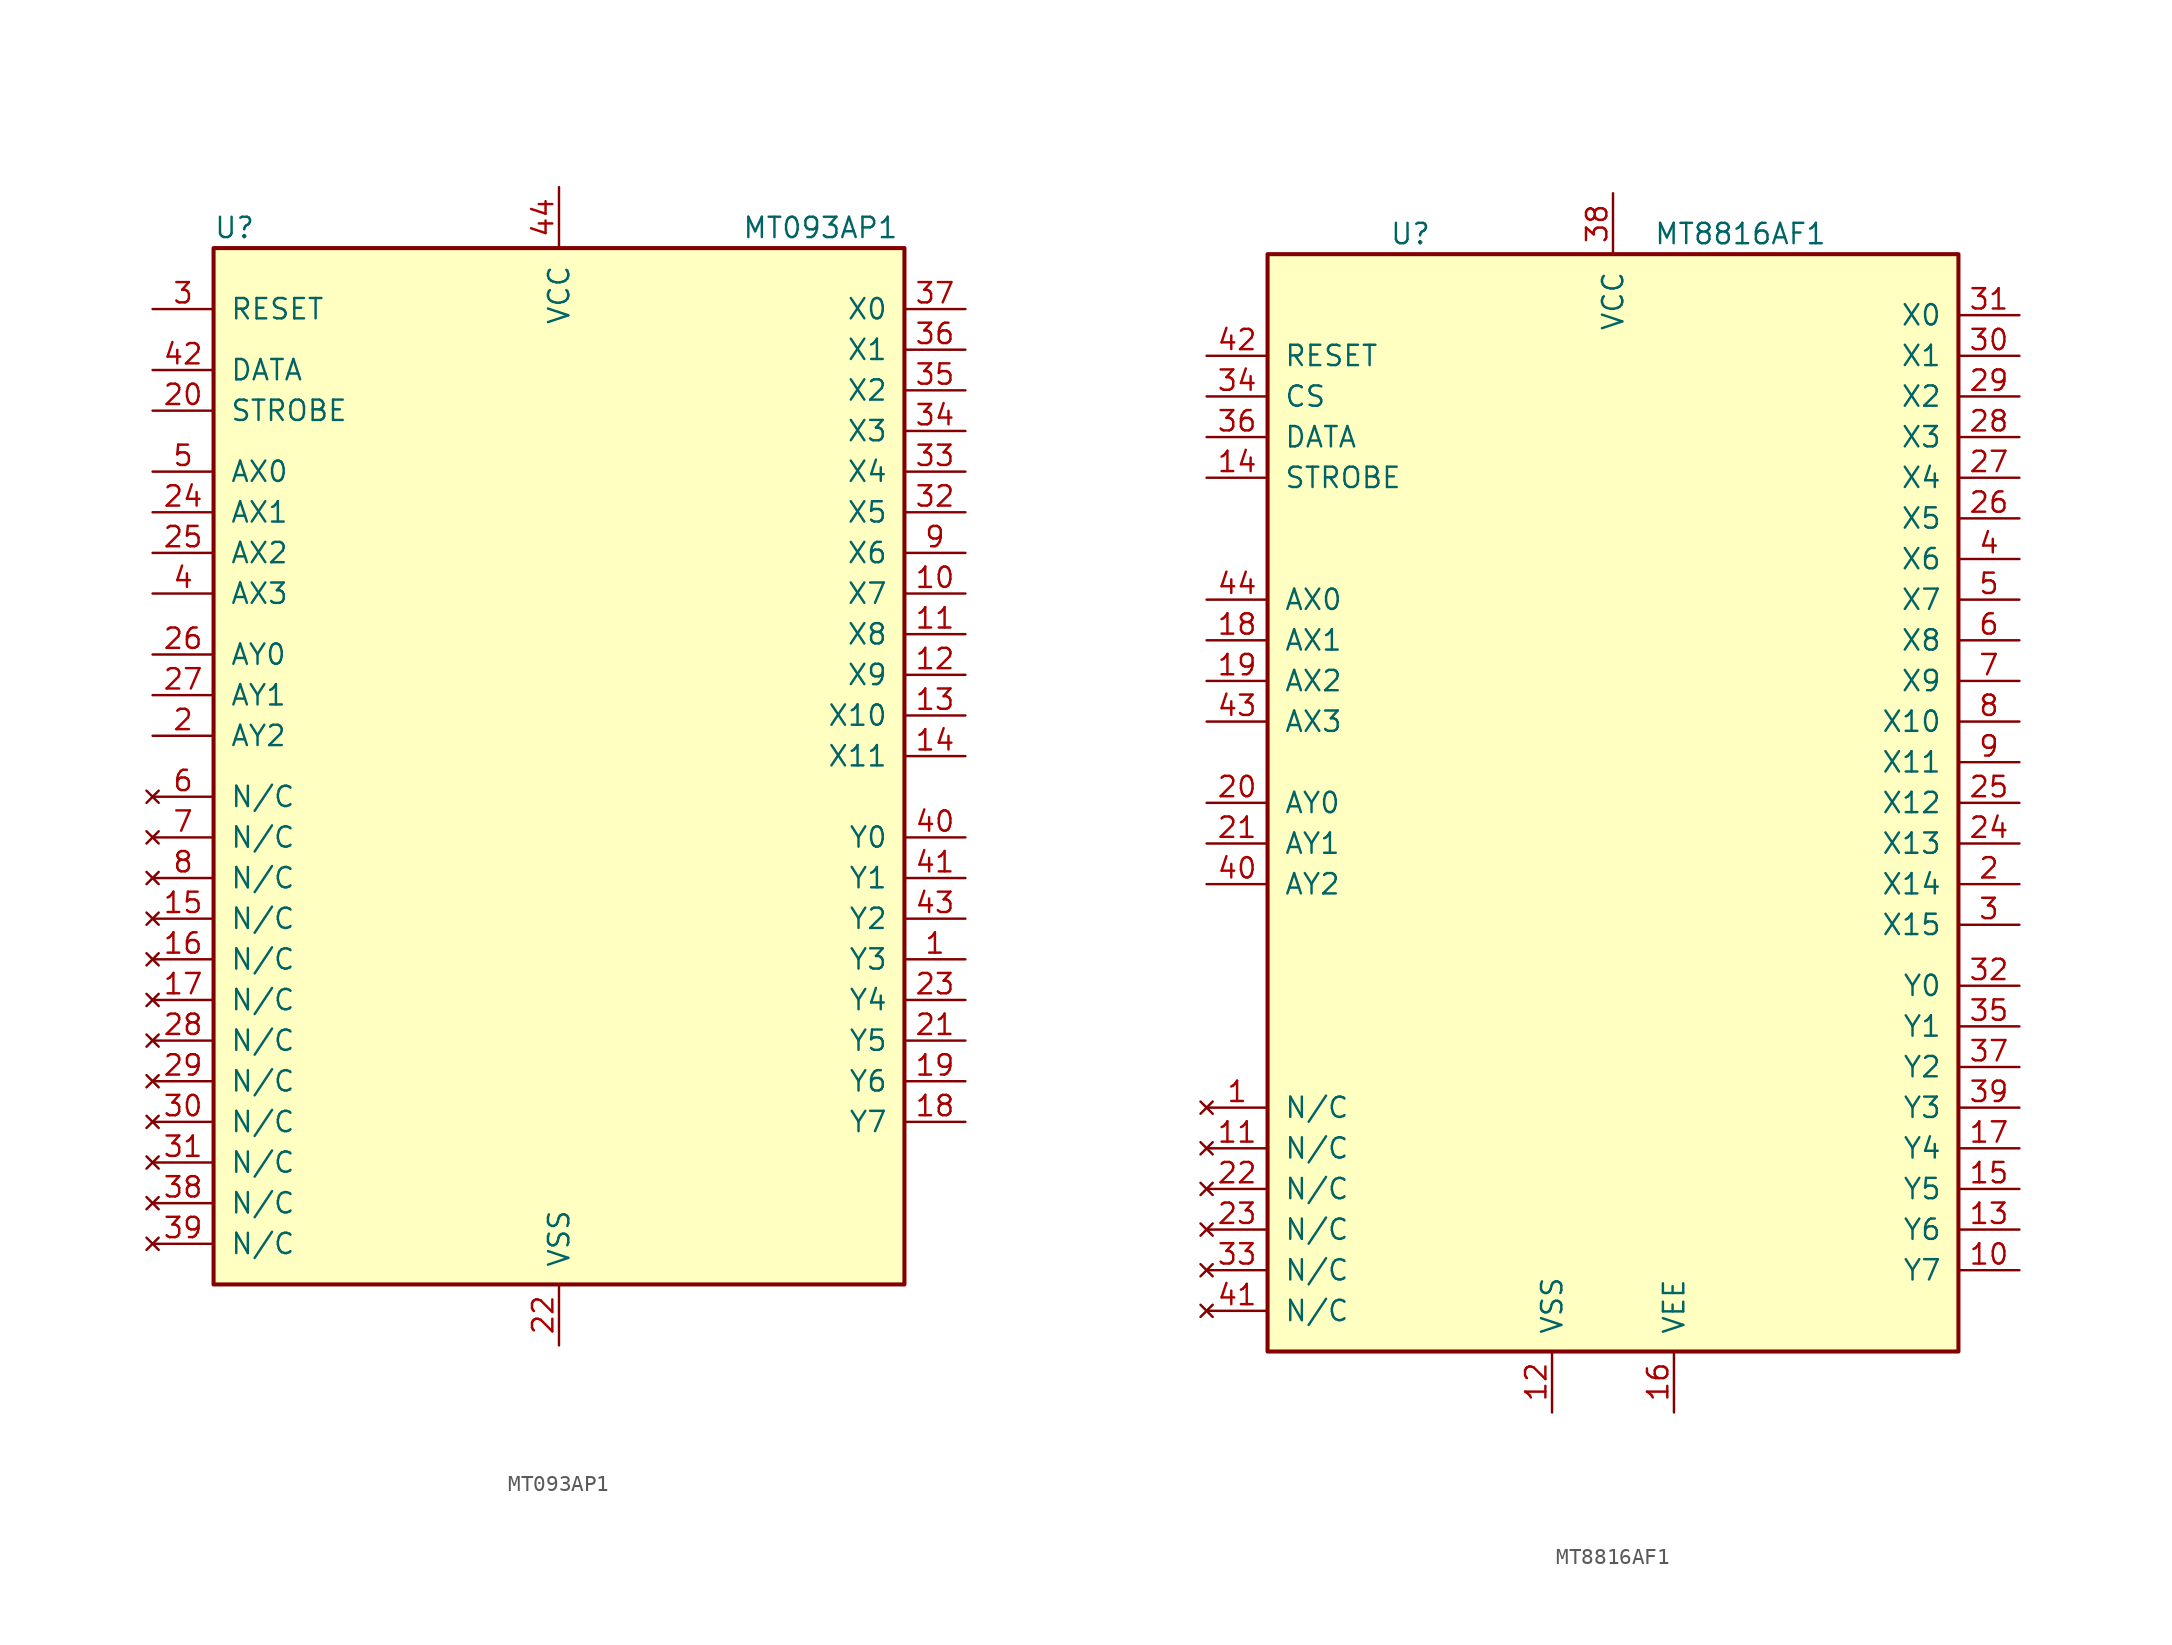
<source format=kicad_sym>
(kicad_symbol_lib
  (version 20211014)
  (generator kicad_symbol_editor)
  (symbol "MT093AP1"
    (pin_names
      (offset 1.016))
    (property "Reference" "U"
      (at -21.59 33.02 0)
      (effects (font (size 1.27 1.27)) (justify left)))
    (property "Value" "MT093AP1"
      (at 11.43 33.02 0)
      (effects (font (size 1.27 1.27)) (justify left)))
    (symbol "MT093AP1_0_1"
      (rectangle (start -21.59 31.75) (end 21.59 -33.02) (stroke (width 0.254) (type default) (color 0 0 0 0)) (fill (type background))))
    (symbol "MT093AP1_1_1"
      (pin bidirectional line (at 25.4 -12.7 180) (length 3.81) (name "Y3" (effects (font (size 1.27 1.27)))) (number "1" (effects (font (size 1.27 1.27)))))
      (pin bidirectional line (at 25.4 10.16 180) (length 3.81) (name "X7" (effects (font (size 1.27 1.27)))) (number "10" (effects (font (size 1.27 1.27)))))
      (pin bidirectional line (at 25.4 7.62 180) (length 3.81) (name "X8" (effects (font (size 1.27 1.27)))) (number "11" (effects (font (size 1.27 1.27)))))
      (pin bidirectional line (at 25.4 5.08 180) (length 3.81) (name "X9" (effects (font (size 1.27 1.27)))) (number "12" (effects (font (size 1.27 1.27)))))
      (pin bidirectional line (at 25.4 2.54 180) (length 3.81) (name "X10" (effects (font (size 1.27 1.27)))) (number "13" (effects (font (size 1.27 1.27)))))
      (pin bidirectional line (at 25.4 0 180) (length 3.81) (name "X11" (effects (font (size 1.27 1.27)))) (number "14" (effects (font (size 1.27 1.27)))))
      (pin no_connect line (at -25.4 -10.16 0) (length 3.81) (name "N/C" (effects (font (size 1.27 1.27)))) (number "15" (effects (font (size 1.27 1.27)))))
      (pin no_connect line (at -25.4 -12.7 0) (length 3.81) (name "N/C" (effects (font (size 1.27 1.27)))) (number "16" (effects (font (size 1.27 1.27)))))
      (pin no_connect line (at -25.4 -15.24 0) (length 3.81) (name "N/C" (effects (font (size 1.27 1.27)))) (number "17" (effects (font (size 1.27 1.27)))))
      (pin bidirectional line (at 25.4 -22.86 180) (length 3.81) (name "Y7" (effects (font (size 1.27 1.27)))) (number "18" (effects (font (size 1.27 1.27)))))
      (pin bidirectional line (at 25.4 -20.32 180) (length 3.81) (name "Y6" (effects (font (size 1.27 1.27)))) (number "19" (effects (font (size 1.27 1.27)))))
      (pin input line (at -25.4 1.27 0) (length 3.81) (name "AY2" (effects (font (size 1.27 1.27)))) (number "2" (effects (font (size 1.27 1.27)))))
      (pin input line (at -25.4 21.59 0) (length 3.81) (name "STROBE" (effects (font (size 1.27 1.27)))) (number "20" (effects (font (size 1.27 1.27)))))
      (pin bidirectional line (at 25.4 -17.78 180) (length 3.81) (name "Y5" (effects (font (size 1.27 1.27)))) (number "21" (effects (font (size 1.27 1.27)))))
      (pin power_in line (at 0 -36.83 90) (length 3.81) (name "VSS" (effects (font (size 1.27 1.27)))) (number "22" (effects (font (size 1.27 1.27)))))
      (pin bidirectional line (at 25.4 -15.24 180) (length 3.81) (name "Y4" (effects (font (size 1.27 1.27)))) (number "23" (effects (font (size 1.27 1.27)))))
      (pin input line (at -25.4 15.24 0) (length 3.81) (name "AX1" (effects (font (size 1.27 1.27)))) (number "24" (effects (font (size 1.27 1.27)))))
      (pin input line (at -25.4 12.7 0) (length 3.81) (name "AX2" (effects (font (size 1.27 1.27)))) (number "25" (effects (font (size 1.27 1.27)))))
      (pin input line (at -25.4 6.35 0) (length 3.81) (name "AY0" (effects (font (size 1.27 1.27)))) (number "26" (effects (font (size 1.27 1.27)))))
      (pin input line (at -25.4 3.81 0) (length 3.81) (name "AY1" (effects (font (size 1.27 1.27)))) (number "27" (effects (font (size 1.27 1.27)))))
      (pin no_connect line (at -25.4 -17.78 0) (length 3.81) (name "N/C" (effects (font (size 1.27 1.27)))) (number "28" (effects (font (size 1.27 1.27)))))
      (pin no_connect line (at -25.4 -20.32 0) (length 3.81) (name "N/C" (effects (font (size 1.27 1.27)))) (number "29" (effects (font (size 1.27 1.27)))))
      (pin input line (at -25.4 27.94 0) (length 3.81) (name "RESET" (effects (font (size 1.27 1.27)))) (number "3" (effects (font (size 1.27 1.27)))))
      (pin no_connect line (at -25.4 -22.86 0) (length 3.81) (name "N/C" (effects (font (size 1.27 1.27)))) (number "30" (effects (font (size 1.27 1.27)))))
      (pin no_connect line (at -25.4 -25.4 0) (length 3.81) (name "N/C" (effects (font (size 1.27 1.27)))) (number "31" (effects (font (size 1.27 1.27)))))
      (pin bidirectional line (at 25.4 15.24 180) (length 3.81) (name "X5" (effects (font (size 1.27 1.27)))) (number "32" (effects (font (size 1.27 1.27)))))
      (pin bidirectional line (at 25.4 17.78 180) (length 3.81) (name "X4" (effects (font (size 1.27 1.27)))) (number "33" (effects (font (size 1.27 1.27)))))
      (pin bidirectional line (at 25.4 20.32 180) (length 3.81) (name "X3" (effects (font (size 1.27 1.27)))) (number "34" (effects (font (size 1.27 1.27)))))
      (pin bidirectional line (at 25.4 22.86 180) (length 3.81) (name "X2" (effects (font (size 1.27 1.27)))) (number "35" (effects (font (size 1.27 1.27)))))
      (pin bidirectional line (at 25.4 25.4 180) (length 3.81) (name "X1" (effects (font (size 1.27 1.27)))) (number "36" (effects (font (size 1.27 1.27)))))
      (pin bidirectional line (at 25.4 27.94 180) (length 3.81) (name "X0" (effects (font (size 1.27 1.27)))) (number "37" (effects (font (size 1.27 1.27)))))
      (pin no_connect line (at -25.4 -27.94 0) (length 3.81) (name "N/C" (effects (font (size 1.27 1.27)))) (number "38" (effects (font (size 1.27 1.27)))))
      (pin no_connect line (at -25.4 -30.48 0) (length 3.81) (name "N/C" (effects (font (size 1.27 1.27)))) (number "39" (effects (font (size 1.27 1.27)))))
      (pin input line (at -25.4 10.16 0) (length 3.81) (name "AX3" (effects (font (size 1.27 1.27)))) (number "4" (effects (font (size 1.27 1.27)))))
      (pin bidirectional line (at 25.4 -5.08 180) (length 3.81) (name "Y0" (effects (font (size 1.27 1.27)))) (number "40" (effects (font (size 1.27 1.27)))))
      (pin bidirectional line (at 25.4 -7.62 180) (length 3.81) (name "Y1" (effects (font (size 1.27 1.27)))) (number "41" (effects (font (size 1.27 1.27)))))
      (pin input line (at -25.4 24.13 0) (length 3.81) (name "DATA" (effects (font (size 1.27 1.27)))) (number "42" (effects (font (size 1.27 1.27)))))
      (pin bidirectional line (at 25.4 -10.16 180) (length 3.81) (name "Y2" (effects (font (size 1.27 1.27)))) (number "43" (effects (font (size 1.27 1.27)))))
      (pin power_in line (at 0 35.56 270) (length 3.81) (name "VCC" (effects (font (size 1.27 1.27)))) (number "44" (effects (font (size 1.27 1.27)))))
      (pin input line (at -25.4 17.78 0) (length 3.81) (name "AX0" (effects (font (size 1.27 1.27)))) (number "5" (effects (font (size 1.27 1.27)))))
      (pin no_connect line (at -25.4 -2.54 0) (length 3.81) (name "N/C" (effects (font (size 1.27 1.27)))) (number "6" (effects (font (size 1.27 1.27)))))
      (pin no_connect line (at -25.4 -5.08 0) (length 3.81) (name "N/C" (effects (font (size 1.27 1.27)))) (number "7" (effects (font (size 1.27 1.27)))))
      (pin no_connect line (at -25.4 -7.62 0) (length 3.81) (name "N/C" (effects (font (size 1.27 1.27)))) (number "8" (effects (font (size 1.27 1.27)))))
      (pin bidirectional line (at 25.4 12.7 180) (length 3.81) (name "X6" (effects (font (size 1.27 1.27)))) (number "9" (effects (font (size 1.27 1.27)))))))
  (symbol "MT8816AF1"
    (pin_names
      (offset 1.016))
    (property "Reference" "U"
      (at -13.97 35.56 0)
      (effects (font (size 1.27 1.27)) (justify left)))
    (property "Value" "MT8816AF1"
      (at 2.54 35.56 0)
      (effects (font (size 1.27 1.27)) (justify left)))
    (symbol "MT8816AF1_0_1"
      (rectangle (start -21.59 34.29) (end 21.59 -34.29) (stroke (width 0.254) (type default) (color 0 0 0 0)) (fill (type background))))
    (symbol "MT8816AF1_1_1"
      (pin no_connect line (at -25.4 -19.05 0) (length 3.81) (name "N/C" (effects (font (size 1.27 1.27)))) (number "1" (effects (font (size 1.27 1.27)))))
      (pin bidirectional line (at 25.4 -29.21 180) (length 3.81) (name "Y7" (effects (font (size 1.27 1.27)))) (number "10" (effects (font (size 1.27 1.27)))))
      (pin no_connect line (at -25.4 -21.59 0) (length 3.81) (name "N/C" (effects (font (size 1.27 1.27)))) (number "11" (effects (font (size 1.27 1.27)))))
      (pin power_in line (at -3.81 -38.1 90) (length 3.81) (name "VSS" (effects (font (size 1.27 1.27)))) (number "12" (effects (font (size 1.27 1.27)))))
      (pin bidirectional line (at 25.4 -26.67 180) (length 3.81) (name "Y6" (effects (font (size 1.27 1.27)))) (number "13" (effects (font (size 1.27 1.27)))))
      (pin input line (at -25.4 20.32 0) (length 3.81) (name "STROBE" (effects (font (size 1.27 1.27)))) (number "14" (effects (font (size 1.27 1.27)))))
      (pin bidirectional line (at 25.4 -24.13 180) (length 3.81) (name "Y5" (effects (font (size 1.27 1.27)))) (number "15" (effects (font (size 1.27 1.27)))))
      (pin power_in line (at 3.81 -38.1 90) (length 3.81) (name "VEE" (effects (font (size 1.27 1.27)))) (number "16" (effects (font (size 1.27 1.27)))))
      (pin bidirectional line (at 25.4 -21.59 180) (length 3.81) (name "Y4" (effects (font (size 1.27 1.27)))) (number "17" (effects (font (size 1.27 1.27)))))
      (pin input line (at -25.4 10.16 0) (length 3.81) (name "AX1" (effects (font (size 1.27 1.27)))) (number "18" (effects (font (size 1.27 1.27)))))
      (pin input line (at -25.4 7.62 0) (length 3.81) (name "AX2" (effects (font (size 1.27 1.27)))) (number "19" (effects (font (size 1.27 1.27)))))
      (pin bidirectional line (at 25.4 -5.08 180) (length 3.81) (name "X14" (effects (font (size 1.27 1.27)))) (number "2" (effects (font (size 1.27 1.27)))))
      (pin input line (at -25.4 0 0) (length 3.81) (name "AY0" (effects (font (size 1.27 1.27)))) (number "20" (effects (font (size 1.27 1.27)))))
      (pin input line (at -25.4 -2.54 0) (length 3.81) (name "AY1" (effects (font (size 1.27 1.27)))) (number "21" (effects (font (size 1.27 1.27)))))
      (pin no_connect line (at -25.4 -24.13 0) (length 3.81) (name "N/C" (effects (font (size 1.27 1.27)))) (number "22" (effects (font (size 1.27 1.27)))))
      (pin no_connect line (at -25.4 -26.67 0) (length 3.81) (name "N/C" (effects (font (size 1.27 1.27)))) (number "23" (effects (font (size 1.27 1.27)))))
      (pin bidirectional line (at 25.4 -2.54 180) (length 3.81) (name "X13" (effects (font (size 1.27 1.27)))) (number "24" (effects (font (size 1.27 1.27)))))
      (pin bidirectional line (at 25.4 0 180) (length 3.81) (name "X12" (effects (font (size 1.27 1.27)))) (number "25" (effects (font (size 1.27 1.27)))))
      (pin bidirectional line (at 25.4 17.78 180) (length 3.81) (name "X5" (effects (font (size 1.27 1.27)))) (number "26" (effects (font (size 1.27 1.27)))))
      (pin bidirectional line (at 25.4 20.32 180) (length 3.81) (name "X4" (effects (font (size 1.27 1.27)))) (number "27" (effects (font (size 1.27 1.27)))))
      (pin bidirectional line (at 25.4 22.86 180) (length 3.81) (name "X3" (effects (font (size 1.27 1.27)))) (number "28" (effects (font (size 1.27 1.27)))))
      (pin bidirectional line (at 25.4 25.4 180) (length 3.81) (name "X2" (effects (font (size 1.27 1.27)))) (number "29" (effects (font (size 1.27 1.27)))))
      (pin bidirectional line (at 25.4 -7.62 180) (length 3.81) (name "X15" (effects (font (size 1.27 1.27)))) (number "3" (effects (font (size 1.27 1.27)))))
      (pin bidirectional line (at 25.4 27.94 180) (length 3.81) (name "X1" (effects (font (size 1.27 1.27)))) (number "30" (effects (font (size 1.27 1.27)))))
      (pin bidirectional line (at 25.4 30.48 180) (length 3.81) (name "X0" (effects (font (size 1.27 1.27)))) (number "31" (effects (font (size 1.27 1.27)))))
      (pin bidirectional line (at 25.4 -11.43 180) (length 3.81) (name "Y0" (effects (font (size 1.27 1.27)))) (number "32" (effects (font (size 1.27 1.27)))))
      (pin no_connect line (at -25.4 -29.21 0) (length 3.81) (name "N/C" (effects (font (size 1.27 1.27)))) (number "33" (effects (font (size 1.27 1.27)))))
      (pin input line (at -25.4 25.4 0) (length 3.81) (name "CS" (effects (font (size 1.27 1.27)))) (number "34" (effects (font (size 1.27 1.27)))))
      (pin bidirectional line (at 25.4 -13.97 180) (length 3.81) (name "Y1" (effects (font (size 1.27 1.27)))) (number "35" (effects (font (size 1.27 1.27)))))
      (pin input line (at -25.4 22.86 0) (length 3.81) (name "DATA" (effects (font (size 1.27 1.27)))) (number "36" (effects (font (size 1.27 1.27)))))
      (pin bidirectional line (at 25.4 -16.51 180) (length 3.81) (name "Y2" (effects (font (size 1.27 1.27)))) (number "37" (effects (font (size 1.27 1.27)))))
      (pin power_in line (at 0 38.1 270) (length 3.81) (name "VCC" (effects (font (size 1.27 1.27)))) (number "38" (effects (font (size 1.27 1.27)))))
      (pin bidirectional line (at 25.4 -19.05 180) (length 3.81) (name "Y3" (effects (font (size 1.27 1.27)))) (number "39" (effects (font (size 1.27 1.27)))))
      (pin bidirectional line (at 25.4 15.24 180) (length 3.81) (name "X6" (effects (font (size 1.27 1.27)))) (number "4" (effects (font (size 1.27 1.27)))))
      (pin input line (at -25.4 -5.08 0) (length 3.81) (name "AY2" (effects (font (size 1.27 1.27)))) (number "40" (effects (font (size 1.27 1.27)))))
      (pin no_connect line (at -25.4 -31.75 0) (length 3.81) (name "N/C" (effects (font (size 1.27 1.27)))) (number "41" (effects (font (size 1.27 1.27)))))
      (pin input line (at -25.4 27.94 0) (length 3.81) (name "RESET" (effects (font (size 1.27 1.27)))) (number "42" (effects (font (size 1.27 1.27)))))
      (pin input line (at -25.4 5.08 0) (length 3.81) (name "AX3" (effects (font (size 1.27 1.27)))) (number "43" (effects (font (size 1.27 1.27)))))
      (pin input line (at -25.4 12.7 0) (length 3.81) (name "AX0" (effects (font (size 1.27 1.27)))) (number "44" (effects (font (size 1.27 1.27)))))
      (pin bidirectional line (at 25.4 12.7 180) (length 3.81) (name "X7" (effects (font (size 1.27 1.27)))) (number "5" (effects (font (size 1.27 1.27)))))
      (pin bidirectional line (at 25.4 10.16 180) (length 3.81) (name "X8" (effects (font (size 1.27 1.27)))) (number "6" (effects (font (size 1.27 1.27)))))
      (pin bidirectional line (at 25.4 7.62 180) (length 3.81) (name "X9" (effects (font (size 1.27 1.27)))) (number "7" (effects (font (size 1.27 1.27)))))
      (pin bidirectional line (at 25.4 5.08 180) (length 3.81) (name "X10" (effects (font (size 1.27 1.27)))) (number "8" (effects (font (size 1.27 1.27)))))
      (pin bidirectional line (at 25.4 2.54 180) (length 3.81) (name "X11" (effects (font (size 1.27 1.27)))) (number "9" (effects (font (size 1.27 1.27))))))))
</source>
